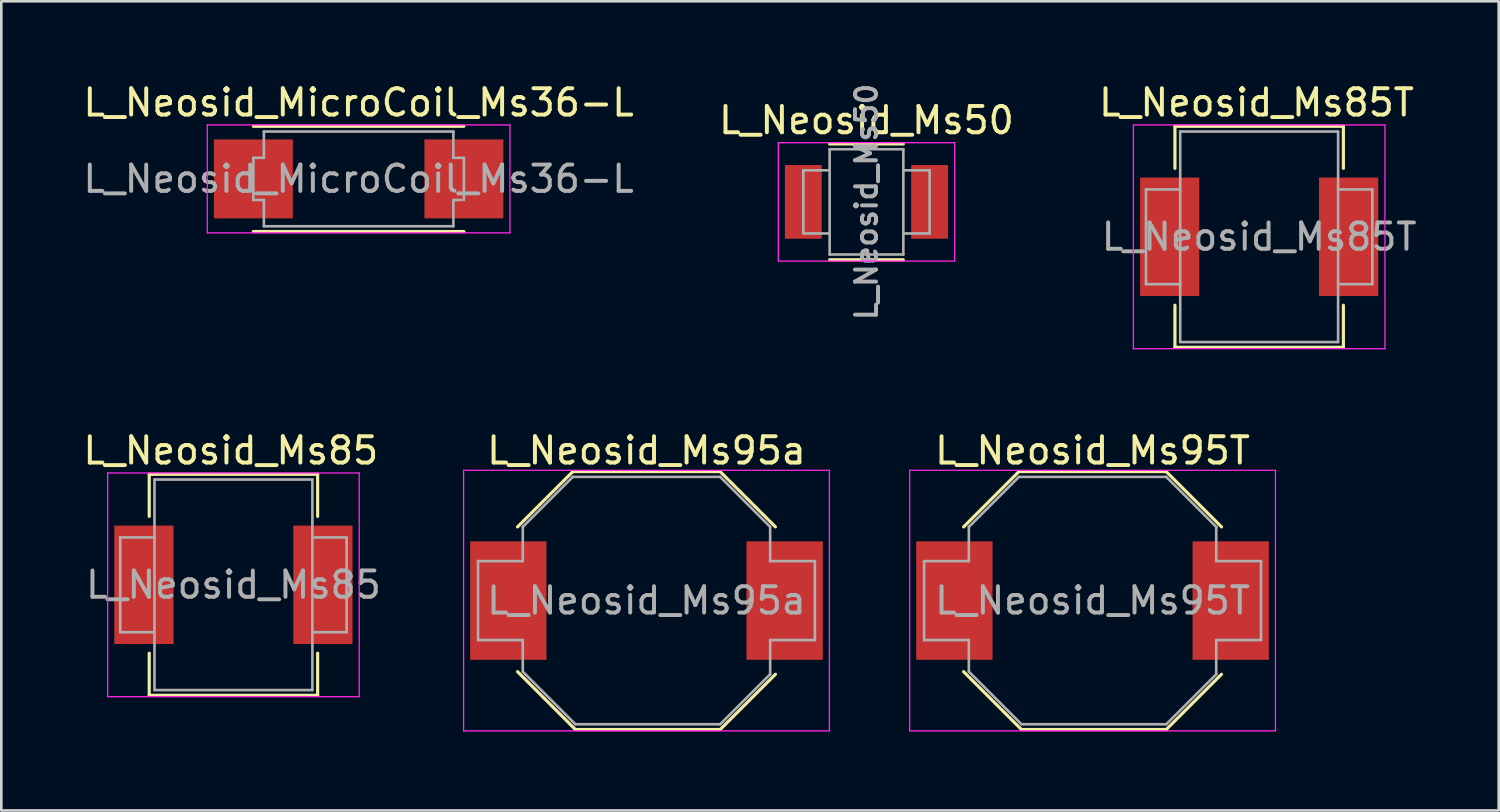
<source format=kicad_pcb>
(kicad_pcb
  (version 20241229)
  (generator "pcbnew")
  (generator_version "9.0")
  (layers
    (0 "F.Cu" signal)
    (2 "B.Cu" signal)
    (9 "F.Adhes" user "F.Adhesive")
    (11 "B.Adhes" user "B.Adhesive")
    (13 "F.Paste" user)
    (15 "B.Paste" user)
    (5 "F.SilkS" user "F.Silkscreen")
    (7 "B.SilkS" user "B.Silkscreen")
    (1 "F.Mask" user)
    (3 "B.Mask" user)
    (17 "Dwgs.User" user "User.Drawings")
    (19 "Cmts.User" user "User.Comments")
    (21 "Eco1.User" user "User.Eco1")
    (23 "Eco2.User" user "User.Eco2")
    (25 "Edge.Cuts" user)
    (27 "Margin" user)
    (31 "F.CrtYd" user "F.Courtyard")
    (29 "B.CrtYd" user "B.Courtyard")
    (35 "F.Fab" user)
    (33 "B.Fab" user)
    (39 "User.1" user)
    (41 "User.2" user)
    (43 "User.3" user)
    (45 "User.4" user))
  (footprint "L_Neosid_Ms85T"
    (layer "F.Cu")
    (at 44.796 5.948)
    (property "Reference" "L_Neosid_Ms85T" (at -0.1 -5.1 0) (layer "F.SilkS") (effects (font (size 1 1) (thickness 0.15))))
    (attr smd)
    (fp_line (start -3.2 -4.2) (end -3.2 -2.6) (stroke (width 0.12) (type solid)) (layer "F.SilkS"))
    (fp_line (start -3.2 2.6) (end -3.2 4.2) (stroke (width 0.12) (type solid)) (layer "F.SilkS"))
    (fp_line (start -3.2 4.2) (end 3.2 4.2) (stroke (width 0.12) (type solid)) (layer "F.SilkS"))
    (fp_line (start 3.2 -4.2) (end -3.2 -4.2) (stroke (width 0.12) (type solid)) (layer "F.SilkS"))
    (fp_line (start 3.2 -2.6) (end 3.2 -4.2) (stroke (width 0.12) (type solid)) (layer "F.SilkS"))
    (fp_line (start 3.2 4.2) (end 3.2 2.6) (stroke (width 0.12) (type solid)) (layer "F.SilkS"))
    (fp_line (start -4.78 -4.25) (end -4.78 4.25) (stroke (width 0.05) (type solid)) (layer "F.CrtYd"))
    (fp_line (start -4.78 -4.25) (end 4.78 -4.25) (stroke (width 0.05) (type solid)) (layer "F.CrtYd"))
    (fp_line (start 4.78 4.25) (end -4.78 4.25) (stroke (width 0.05) (type solid)) (layer "F.CrtYd"))
    (fp_line (start 4.78 4.25) (end 4.78 -4.25) (stroke (width 0.05) (type solid)) (layer "F.CrtYd"))
    (fp_line (start -4.3 -1.8) (end -4.3 1.8) (stroke (width 0.1) (type solid)) (layer "F.Fab"))
    (fp_line (start -4.3 -1.8) (end -3 -1.8) (stroke (width 0.1) (type solid)) (layer "F.Fab"))
    (fp_line (start -4.3 1.8) (end -3 1.8) (stroke (width 0.1) (type solid)) (layer "F.Fab"))
    (fp_line (start -3 -4) (end 3 -4) (stroke (width 0.1) (type solid)) (layer "F.Fab"))
    (fp_line (start -3 4) (end -3 -4) (stroke (width 0.1) (type solid)) (layer "F.Fab"))
    (fp_line (start 3 -4) (end 3 4) (stroke (width 0.1) (type solid)) (layer "F.Fab"))
    (fp_line (start 3 1.8) (end 4.3 1.8) (stroke (width 0.1) (type solid)) (layer "F.Fab"))
    (fp_line (start 3 4) (end -3 4) (stroke (width 0.1) (type solid)) (layer "F.Fab"))
    (fp_line (start 4.3 -1.8) (end 3 -1.8) (stroke (width 0.1) (type solid)) (layer "F.Fab"))
    (fp_line (start 4.3 1.8) (end 4.3 -1.8) (stroke (width 0.1) (type solid)) (layer "F.Fab"))
    (fp_text user "${REFERENCE}" (at 0 0 0) (layer "F.Fab") (effects (font (size 1 1) (thickness 0.15))))
    (pad "1" smd rect (at -3.4 0) (size 2.25 4.5) (layers "F.Cu" "F.Mask" "F.Paste"))
    (pad "2" smd rect (at 3.4 0) (size 2.25 4.5) (layers "F.Cu" "F.Mask" "F.Paste")))
  (footprint "L_Neosid_Ms50"
    (layer "F.Cu")
    (at 29.875 4.621)
    (property "Reference" "L_Neosid_Ms50" (at 0 -3.1 0) (layer "F.SilkS") (effects (font (size 1 1) (thickness 0.15))))
    (attr smd)
    (fp_line (start -1.4 2.2) (end 1.4 2.2) (stroke (width 0.12) (type solid)) (layer "F.SilkS"))
    (fp_line (start 1.4 -2.2) (end -1.4 -2.2) (stroke (width 0.12) (type solid)) (layer "F.SilkS"))
    (fp_line (start -3.35 -2.25) (end -3.35 2.25) (stroke (width 0.05) (type solid)) (layer "F.CrtYd"))
    (fp_line (start -3.35 -2.25) (end 3.35 -2.25) (stroke (width 0.05) (type solid)) (layer "F.CrtYd"))
    (fp_line (start 3.35 2.25) (end -3.35 2.25) (stroke (width 0.05) (type solid)) (layer "F.CrtYd"))
    (fp_line (start 3.35 2.25) (end 3.35 -2.25) (stroke (width 0.05) (type solid)) (layer "F.CrtYd"))
    (fp_line (start -2.4 -1.2) (end -2.4 1.2) (stroke (width 0.1) (type solid)) (layer "F.Fab"))
    (fp_line (start -2.4 -1.2) (end -1.4 -1.2) (stroke (width 0.1) (type solid)) (layer "F.Fab"))
    (fp_line (start -2.4 1.2) (end -1.4 1.2) (stroke (width 0.1) (type solid)) (layer "F.Fab"))
    (fp_line (start -1.4 -2) (end -1.4 2) (stroke (width 0.1) (type solid)) (layer "F.Fab"))
    (fp_line (start -1.4 2) (end 1.4 2) (stroke (width 0.1) (type solid)) (layer "F.Fab"))
    (fp_line (start 1.4 -2) (end -1.4 -2) (stroke (width 0.1) (type solid)) (layer "F.Fab"))
    (fp_line (start 1.4 1.2) (end 2.4 1.2) (stroke (width 0.1) (type solid)) (layer "F.Fab"))
    (fp_line (start 1.4 2) (end 1.4 -2) (stroke (width 0.1) (type solid)) (layer "F.Fab"))
    (fp_line (start 2.4 -1.2) (end 1.4 -1.2) (stroke (width 0.1) (type solid)) (layer "F.Fab"))
    (fp_line (start 2.4 1.2) (end 2.4 -1.2) (stroke (width 0.1) (type solid)) (layer "F.Fab"))
    (fp_text user "${REFERENCE}" (at 0 0 90) (layer "F.Fab") (effects (font (size 0.8 0.8) (thickness 0.15))))
    (pad "1" smd rect (at -2.4 0) (size 1.4 2.8) (layers "F.Cu" "F.Mask" "F.Paste"))
    (pad "2" smd rect (at 2.4 0) (size 1.4 2.8) (layers "F.Cu" "F.Mask" "F.Paste")))
  (footprint "L_Neosid_MicroCoil_Ms36-L"
    (layer "F.Cu")
    (at 10.577 3.748)
    (property "Reference" "L_Neosid_MicroCoil_Ms36-L" (at 0 -2.9 0) (layer "F.SilkS") (effects (font (size 1 1) (thickness 0.15))))
    (attr smd)
    (fp_line (start 4 -2) (end -4 -2) (stroke (width 0.12) (type solid)) (layer "F.SilkS"))
    (fp_line (start 4 2) (end -4 2) (stroke (width 0.12) (type solid)) (layer "F.SilkS"))
    (fp_line (start -5.75 -2.05) (end -5.75 2.05) (stroke (width 0.05) (type solid)) (layer "F.CrtYd"))
    (fp_line (start -5.75 -2.05) (end 5.75 -2.05) (stroke (width 0.05) (type solid)) (layer "F.CrtYd"))
    (fp_line (start 5.75 2.05) (end -5.75 2.05) (stroke (width 0.05) (type solid)) (layer "F.CrtYd"))
    (fp_line (start 5.75 2.05) (end 5.75 -2.05) (stroke (width 0.05) (type solid)) (layer "F.CrtYd"))
    (fp_line (start -4 -0.8) (end -3.6 -0.8) (stroke (width 0.1) (type solid)) (layer "F.Fab"))
    (fp_line (start -4 0.8) (end -4 -0.8) (stroke (width 0.1) (type solid)) (layer "F.Fab"))
    (fp_line (start -4 0.8) (end -3.6 0.8) (stroke (width 0.1) (type solid)) (layer "F.Fab"))
    (fp_line (start -3.6 -1.8) (end 3.6 -1.8) (stroke (width 0.1) (type solid)) (layer "F.Fab"))
    (fp_line (start -3.6 -0.8) (end -3.6 -1.8) (stroke (width 0.1) (type solid)) (layer "F.Fab"))
    (fp_line (start -3.6 1.8) (end -3.6 0.8) (stroke (width 0.1) (type solid)) (layer "F.Fab"))
    (fp_line (start 3.6 -0.8) (end 3.6 -1.8) (stroke (width 0.1) (type solid)) (layer "F.Fab"))
    (fp_line (start 3.6 0.8) (end 3.9 0.8) (stroke (width 0.1) (type solid)) (layer "F.Fab"))
    (fp_line (start 3.6 1.8) (end -3.6 1.8) (stroke (width 0.1) (type solid)) (layer "F.Fab"))
    (fp_line (start 3.6 1.8) (end 3.6 0.8) (stroke (width 0.1) (type solid)) (layer "F.Fab"))
    (fp_line (start 4 -0.8) (end 3.6 -0.8) (stroke (width 0.1) (type solid)) (layer "F.Fab"))
    (fp_line (start 4 -0.8) (end 4 0.8) (stroke (width 0.1) (type solid)) (layer "F.Fab"))
    (fp_text user "${REFERENCE}" (at 0 0 0) (layer "F.Fab") (effects (font (size 1 1) (thickness 0.15))))
    (pad "1" smd rect (at -4 0) (size 3 3) (layers "F.Cu" "F.Mask" "F.Paste"))
    (pad "2" smd rect (at 4 0) (size 3 3) (layers "F.Cu" "F.Mask" "F.Paste")))
  (footprint "L_Neosid_Ms95T"
    (layer "F.Cu")
    (at 38.465 19.771)
    (property "Reference" "L_Neosid_Ms95T" (at 0 -5.7 0) (layer "F.SilkS") (effects (font (size 1 1) (thickness 0.15))))
    (attr smd)
    (fp_line (start -4.9 -2.8) (end -2.8 -4.9) (stroke (width 0.12) (type solid)) (layer "F.SilkS"))
    (fp_line (start -2.8 -4.9) (end 2.8 -4.9) (stroke (width 0.12) (type solid)) (layer "F.SilkS"))
    (fp_line (start -2.7 4.9) (end -4.9 2.7) (stroke (width 0.12) (type solid)) (layer "F.SilkS"))
    (fp_line (start -2.7 4.9) (end 2.8 4.9) (stroke (width 0.12) (type solid)) (layer "F.SilkS"))
    (fp_line (start 2.8 -4.9) (end 4.9 -2.8) (stroke (width 0.12) (type solid)) (layer "F.SilkS"))
    (fp_line (start 2.8 4.9) (end 4.9 2.8) (stroke (width 0.12) (type solid)) (layer "F.SilkS"))
    (fp_line (start -6.95 -4.95) (end -6.95 4.95) (stroke (width 0.05) (type solid)) (layer "F.CrtYd"))
    (fp_line (start -6.95 -4.95) (end 6.95 -4.95) (stroke (width 0.05) (type solid)) (layer "F.CrtYd"))
    (fp_line (start 6.95 4.95) (end -6.95 4.95) (stroke (width 0.05) (type solid)) (layer "F.CrtYd"))
    (fp_line (start 6.95 4.95) (end 6.95 -4.95) (stroke (width 0.05) (type solid)) (layer "F.CrtYd"))
    (fp_line (start -6.4 -1.5) (end -6.4 1.5) (stroke (width 0.1) (type solid)) (layer "F.Fab"))
    (fp_line (start -6.4 -1.5) (end -4.7 -1.5) (stroke (width 0.1) (type solid)) (layer "F.Fab"))
    (fp_line (start -6.4 1.5) (end -4.7 1.5) (stroke (width 0.1) (type solid)) (layer "F.Fab"))
    (fp_line (start -4.7 -1.5) (end -4.7 -2.8) (stroke (width 0.1) (type solid)) (layer "F.Fab"))
    (fp_line (start -4.7 1.5) (end -4.7 2.7) (stroke (width 0.1) (type solid)) (layer "F.Fab"))
    (fp_line (start -4.7 2.7) (end -2.7 4.7) (stroke (width 0.1) (type solid)) (layer "F.Fab"))
    (fp_line (start -2.8 -4.7) (end -4.7 -2.8) (stroke (width 0.1) (type solid)) (layer "F.Fab"))
    (fp_line (start 2.8 -4.7) (end -2.8 -4.7) (stroke (width 0.1) (type solid)) (layer "F.Fab"))
    (fp_line (start 2.8 4.7) (end -2.7 4.7) (stroke (width 0.1) (type solid)) (layer "F.Fab"))
    (fp_line (start 4.7 -2.8) (end 2.8 -4.7) (stroke (width 0.1) (type solid)) (layer "F.Fab"))
    (fp_line (start 4.7 -1.5) (end 4.7 -2.8) (stroke (width 0.1) (type solid)) (layer "F.Fab"))
    (fp_line (start 4.7 1.5) (end 6.4 1.5) (stroke (width 0.1) (type solid)) (layer "F.Fab"))
    (fp_line (start 4.7 2.8) (end 2.8 4.7) (stroke (width 0.1) (type solid)) (layer "F.Fab"))
    (fp_line (start 4.7 2.8) (end 4.7 1.5) (stroke (width 0.1) (type solid)) (layer "F.Fab"))
    (fp_line (start 6.4 -1.5) (end 4.7 -1.5) (stroke (width 0.1) (type solid)) (layer "F.Fab"))
    (fp_line (start 6.4 1.5) (end 6.4 -1.5) (stroke (width 0.1) (type solid)) (layer "F.Fab"))
    (fp_text user "${REFERENCE}" (at 0 0 0) (layer "F.Fab") (effects (font (size 1 1) (thickness 0.15))))
    (pad "1" smd rect (at -5.25 0) (size 2.9 4.5) (layers "F.Cu" "F.Mask" "F.Paste"))
    (pad "2" smd rect (at 5.25 0) (size 2.9 4.5) (layers "F.Cu" "F.Mask" "F.Paste")))
  (footprint "L_Neosid_Ms95a"
    (layer "F.Cu")
    (at 21.515 19.771)
    (property "Reference" "L_Neosid_Ms95a" (at 0 -5.7 0) (layer "F.SilkS") (effects (font (size 1 1) (thickness 0.15))))
    (attr smd)
    (fp_line (start -4.9 -2.8) (end -2.8 -4.9) (stroke (width 0.12) (type solid)) (layer "F.SilkS"))
    (fp_line (start -2.8 -4.9) (end 2.8 -4.9) (stroke (width 0.12) (type solid)) (layer "F.SilkS"))
    (fp_line (start -2.7 4.9) (end -4.9 2.7) (stroke (width 0.12) (type solid)) (layer "F.SilkS"))
    (fp_line (start -2.7 4.9) (end 2.8 4.9) (stroke (width 0.12) (type solid)) (layer "F.SilkS"))
    (fp_line (start 2.8 -4.9) (end 4.9 -2.8) (stroke (width 0.12) (type solid)) (layer "F.SilkS"))
    (fp_line (start 2.8 4.9) (end 4.9 2.8) (stroke (width 0.12) (type solid)) (layer "F.SilkS"))
    (fp_line (start -6.95 -4.95) (end -6.95 4.95) (stroke (width 0.05) (type solid)) (layer "F.CrtYd"))
    (fp_line (start -6.95 -4.95) (end 6.95 -4.95) (stroke (width 0.05) (type solid)) (layer "F.CrtYd"))
    (fp_line (start 6.95 4.95) (end -6.95 4.95) (stroke (width 0.05) (type solid)) (layer "F.CrtYd"))
    (fp_line (start 6.95 4.95) (end 6.95 -4.95) (stroke (width 0.05) (type solid)) (layer "F.CrtYd"))
    (fp_line (start -6.4 -1.5) (end -6.4 1.5) (stroke (width 0.1) (type solid)) (layer "F.Fab"))
    (fp_line (start -6.4 -1.5) (end -4.7 -1.5) (stroke (width 0.1) (type solid)) (layer "F.Fab"))
    (fp_line (start -6.4 1.5) (end -4.7 1.5) (stroke (width 0.1) (type solid)) (layer "F.Fab"))
    (fp_line (start -4.7 -1.5) (end -4.7 -2.8) (stroke (width 0.1) (type solid)) (layer "F.Fab"))
    (fp_line (start -4.7 1.5) (end -4.7 2.7) (stroke (width 0.1) (type solid)) (layer "F.Fab"))
    (fp_line (start -4.7 2.7) (end -2.7 4.7) (stroke (width 0.1) (type solid)) (layer "F.Fab"))
    (fp_line (start -2.8 -4.7) (end -4.7 -2.8) (stroke (width 0.1) (type solid)) (layer "F.Fab"))
    (fp_line (start 2.8 -4.7) (end -2.8 -4.7) (stroke (width 0.1) (type solid)) (layer "F.Fab"))
    (fp_line (start 2.8 4.7) (end -2.7 4.7) (stroke (width 0.1) (type solid)) (layer "F.Fab"))
    (fp_line (start 4.7 -2.8) (end 2.8 -4.7) (stroke (width 0.1) (type solid)) (layer "F.Fab"))
    (fp_line (start 4.7 -1.5) (end 4.7 -2.8) (stroke (width 0.1) (type solid)) (layer "F.Fab"))
    (fp_line (start 4.7 1.5) (end 6.4 1.5) (stroke (width 0.1) (type solid)) (layer "F.Fab"))
    (fp_line (start 4.7 2.8) (end 2.8 4.7) (stroke (width 0.1) (type solid)) (layer "F.Fab"))
    (fp_line (start 4.7 2.8) (end 4.7 1.5) (stroke (width 0.1) (type solid)) (layer "F.Fab"))
    (fp_line (start 6.4 -1.5) (end 4.7 -1.5) (stroke (width 0.1) (type solid)) (layer "F.Fab"))
    (fp_line (start 6.4 1.5) (end 6.4 -1.5) (stroke (width 0.1) (type solid)) (layer "F.Fab"))
    (fp_text user "${REFERENCE}" (at 0 0 0) (layer "F.Fab") (effects (font (size 1 1) (thickness 0.15))))
    (pad "1" smd rect (at -5.25 0) (size 2.9 4.5) (layers "F.Cu" "F.Mask" "F.Paste"))
    (pad "2" smd rect (at 5.25 0) (size 2.9 4.5) (layers "F.Cu" "F.Mask" "F.Paste")))
  (footprint "L_Neosid_Ms85"
    (layer "F.Cu")
    (at 5.82 19.172)
    (property "Reference" "L_Neosid_Ms85" (at -0.1 -5.1 0) (layer "F.SilkS") (effects (font (size 1 1) (thickness 0.15))))
    (attr smd)
    (fp_line (start -3.2 -4.2) (end -3.2 -2.6) (stroke (width 0.12) (type solid)) (layer "F.SilkS"))
    (fp_line (start -3.2 2.6) (end -3.2 4.2) (stroke (width 0.12) (type solid)) (layer "F.SilkS"))
    (fp_line (start -3.2 4.2) (end 3.2 4.2) (stroke (width 0.12) (type solid)) (layer "F.SilkS"))
    (fp_line (start 3.2 -4.2) (end -3.2 -4.2) (stroke (width 0.12) (type solid)) (layer "F.SilkS"))
    (fp_line (start 3.2 -2.6) (end 3.2 -4.2) (stroke (width 0.12) (type solid)) (layer "F.SilkS"))
    (fp_line (start 3.2 4.2) (end 3.2 2.6) (stroke (width 0.12) (type solid)) (layer "F.SilkS"))
    (fp_line (start -4.78 -4.25) (end -4.78 4.25) (stroke (width 0.05) (type solid)) (layer "F.CrtYd"))
    (fp_line (start -4.78 -4.25) (end 4.78 -4.25) (stroke (width 0.05) (type solid)) (layer "F.CrtYd"))
    (fp_line (start 4.78 4.25) (end -4.78 4.25) (stroke (width 0.05) (type solid)) (layer "F.CrtYd"))
    (fp_line (start 4.78 4.25) (end 4.78 -4.25) (stroke (width 0.05) (type solid)) (layer "F.CrtYd"))
    (fp_line (start -4.3 -1.8) (end -4.3 1.8) (stroke (width 0.1) (type solid)) (layer "F.Fab"))
    (fp_line (start -4.3 -1.8) (end -3 -1.8) (stroke (width 0.1) (type solid)) (layer "F.Fab"))
    (fp_line (start -4.3 1.8) (end -3 1.8) (stroke (width 0.1) (type solid)) (layer "F.Fab"))
    (fp_line (start -3 -4) (end 3 -4) (stroke (width 0.1) (type solid)) (layer "F.Fab"))
    (fp_line (start -3 4) (end -3 -4) (stroke (width 0.1) (type solid)) (layer "F.Fab"))
    (fp_line (start 3 -4) (end 3 4) (stroke (width 0.1) (type solid)) (layer "F.Fab"))
    (fp_line (start 3 1.8) (end 4.3 1.8) (stroke (width 0.1) (type solid)) (layer "F.Fab"))
    (fp_line (start 3 4) (end -3 4) (stroke (width 0.1) (type solid)) (layer "F.Fab"))
    (fp_line (start 4.3 -1.8) (end 3 -1.8) (stroke (width 0.1) (type solid)) (layer "F.Fab"))
    (fp_line (start 4.3 1.8) (end 4.3 -1.8) (stroke (width 0.1) (type solid)) (layer "F.Fab"))
    (fp_text user "${REFERENCE}" (at 0 0 0) (layer "F.Fab") (effects (font (size 1 1) (thickness 0.15))))
    (pad "1" smd rect (at -3.4 0) (size 2.25 4.5) (layers "F.Cu" "F.Mask" "F.Paste"))
    (pad "2" smd rect (at 3.4 0) (size 2.25 4.5) (layers "F.Cu" "F.Mask" "F.Paste")))
  (gr_rect
    (start -3 -3)
    (end 53.898 27.747)
    (stroke (width 0.1) (type default))
    (fill no)
    (layer "Edge.Cuts")))
</source>
